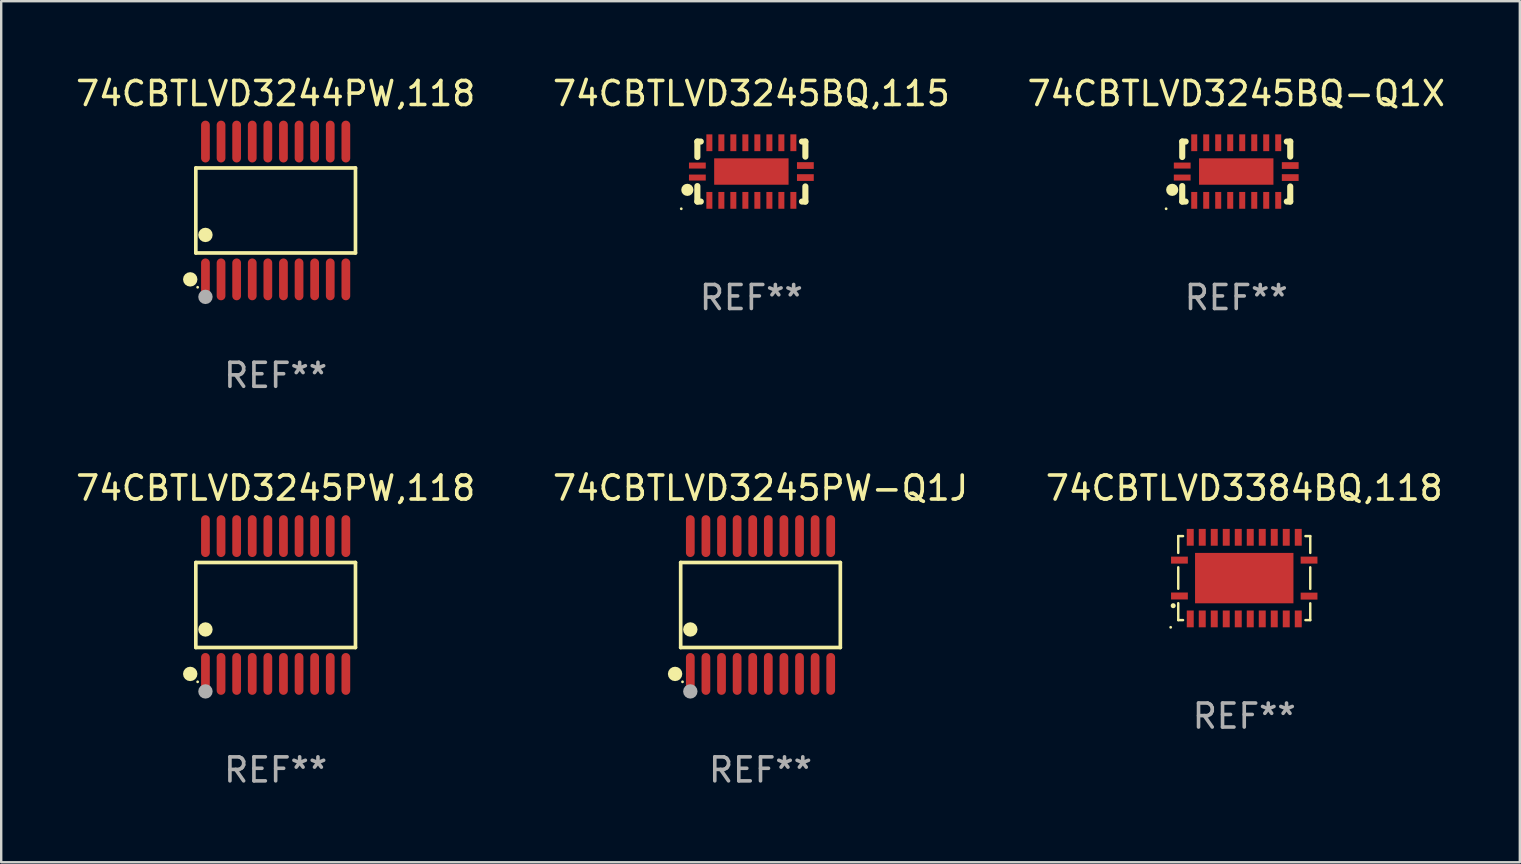
<source format=kicad_pcb>
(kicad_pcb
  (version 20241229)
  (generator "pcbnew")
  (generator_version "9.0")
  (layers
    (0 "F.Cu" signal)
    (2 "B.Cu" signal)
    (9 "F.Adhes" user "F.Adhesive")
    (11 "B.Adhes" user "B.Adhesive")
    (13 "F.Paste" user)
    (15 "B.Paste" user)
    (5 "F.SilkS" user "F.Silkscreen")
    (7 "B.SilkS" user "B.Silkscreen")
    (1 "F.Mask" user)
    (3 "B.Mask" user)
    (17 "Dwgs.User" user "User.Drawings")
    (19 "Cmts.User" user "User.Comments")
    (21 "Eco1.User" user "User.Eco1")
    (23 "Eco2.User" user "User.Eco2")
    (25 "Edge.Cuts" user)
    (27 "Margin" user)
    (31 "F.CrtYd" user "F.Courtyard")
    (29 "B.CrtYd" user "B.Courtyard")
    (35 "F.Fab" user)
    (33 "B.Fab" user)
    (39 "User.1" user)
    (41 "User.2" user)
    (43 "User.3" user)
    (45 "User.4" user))
  (footprint "74CBTLVD3384BQ,118"
    (layer "F.Cu")
    (at 48.792 21.037)
    (property "Reference" "74CBTLVD3384BQ,118" (at 0 -3.75 0) (layer "F.SilkS") (effects (font (size 1 1) (thickness 0.15))))
    (attr through_hole)
    (fp_line (start -2.75 -1.75) (end -2.75 -1.05) (stroke (width 0.102) (type solid)) (layer "F.SilkS"))
    (fp_line (start -2.75 -1.75) (end -2.55 -1.75) (stroke (width 0.102) (type solid)) (layer "F.SilkS"))
    (fp_line (start -2.75 -0.45) (end -2.75 0.445) (stroke (width 0.102) (type solid)) (layer "F.SilkS"))
    (fp_line (start -2.75 1.75) (end -2.75 1.045) (stroke (width 0.102) (type solid)) (layer "F.SilkS"))
    (fp_line (start -2.55 1.75) (end -2.75 1.75) (stroke (width 0.102) (type solid)) (layer "F.SilkS"))
    (fp_line (start 2.55 -1.75) (end 2.75 -1.75) (stroke (width 0.102) (type solid)) (layer "F.SilkS"))
    (fp_line (start 2.75 -1.75) (end 2.75 -1.05) (stroke (width 0.102) (type solid)) (layer "F.SilkS"))
    (fp_line (start 2.75 -0.45) (end 2.75 0.45) (stroke (width 0.102) (type solid)) (layer "F.SilkS"))
    (fp_line (start 2.75 1.05) (end 2.75 1.75) (stroke (width 0.102) (type solid)) (layer "F.SilkS"))
    (fp_line (start 2.75 1.75) (end 2.55 1.75) (stroke (width 0.102) (type solid)) (layer "F.SilkS"))
    (fp_circle (center -3.065 2.05) (end -3.035 2.05) (stroke (width 0.06) (type solid)) (fill no) (layer "F.SilkS"))
    (fp_circle (center -2.96 1.15) (end -2.906 1.15) (stroke (width 0.102) (type solid)) (fill no) (layer "F.SilkS"))
    (fp_text user "REF**" (at 0 5.75 0) (layer "F.Fab") (effects (font (size 1 1) (thickness 0.15))))
    (pad "1" smd rect (at -2.7 0.745 90) (size 0.29 0.7) (layers "F.Cu" "F.Mask" "F.Paste"))
    (pad "2" smd rect (at -2.25 1.7) (size 0.29 0.7) (layers "F.Cu" "F.Mask" "F.Paste"))
    (pad "3" smd rect (at -1.75 1.7) (size 0.29 0.7) (layers "F.Cu" "F.Mask" "F.Paste"))
    (pad "4" smd rect (at -1.25 1.7) (size 0.29 0.7) (layers "F.Cu" "F.Mask" "F.Paste"))
    (pad "5" smd rect (at -0.75 1.7) (size 0.29 0.7) (layers "F.Cu" "F.Mask" "F.Paste"))
    (pad "6" smd rect (at -0.25 1.7) (size 0.29 0.7) (layers "F.Cu" "F.Mask" "F.Paste"))
    (pad "7" smd rect (at 0.25 1.7) (size 0.29 0.7) (layers "F.Cu" "F.Mask" "F.Paste"))
    (pad "8" smd rect (at 0.75 1.7) (size 0.29 0.7) (layers "F.Cu" "F.Mask" "F.Paste"))
    (pad "9" smd rect (at 1.25 1.7) (size 0.29 0.7) (layers "F.Cu" "F.Mask" "F.Paste"))
    (pad "10" smd rect (at 1.75 1.7) (size 0.29 0.7) (layers "F.Cu" "F.Mask" "F.Paste"))
    (pad "11" smd rect (at 2.25 1.7) (size 0.29 0.7) (layers "F.Cu" "F.Mask" "F.Paste"))
    (pad "12" smd rect (at 2.7 0.75 90) (size 0.29 0.7) (layers "F.Cu" "F.Mask" "F.Paste"))
    (pad "13" smd rect (at 2.7 -0.75 90) (size 0.29 0.7) (layers "F.Cu" "F.Mask" "F.Paste"))
    (pad "14" smd rect (at 2.25 -1.7 180) (size 0.29 0.7) (layers "F.Cu" "F.Mask" "F.Paste"))
    (pad "15" smd rect (at 1.75 -1.7 180) (size 0.29 0.7) (layers "F.Cu" "F.Mask" "F.Paste"))
    (pad "16" smd rect (at 1.25 -1.7 180) (size 0.29 0.7) (layers "F.Cu" "F.Mask" "F.Paste"))
    (pad "17" smd rect (at 0.75 -1.7 180) (size 0.29 0.7) (layers "F.Cu" "F.Mask" "F.Paste"))
    (pad "18" smd rect (at 0.25 -1.7 180) (size 0.29 0.7) (layers "F.Cu" "F.Mask" "F.Paste"))
    (pad "19" smd rect (at -0.25 -1.7 180) (size 0.29 0.7) (layers "F.Cu" "F.Mask" "F.Paste"))
    (pad "20" smd rect (at -0.75 -1.7 180) (size 0.29 0.7) (layers "F.Cu" "F.Mask" "F.Paste"))
    (pad "21" smd rect (at -1.25 -1.7 180) (size 0.29 0.7) (layers "F.Cu" "F.Mask" "F.Paste"))
    (pad "22" smd rect (at -1.75 -1.7 180) (size 0.29 0.7) (layers "F.Cu" "F.Mask" "F.Paste"))
    (pad "23" smd rect (at -2.25 -1.7 180) (size 0.29 0.7) (layers "F.Cu" "F.Mask" "F.Paste"))
    (pad "24" smd rect (at -2.7 -0.75 270) (size 0.29 0.7) (layers "F.Cu" "F.Mask" "F.Paste"))
    (pad "25" smd rect (at 0 0) (size 4.1 2.1) (layers "F.Cu" "F.Mask" "F.Paste")))
  (footprint "74CBTLVD3245PW-Q1J"
    (layer "F.Cu")
    (at 28.637 22.158)
    (property "Reference" "74CBTLVD3245PW-Q1J" (at 0 -4.871 0) (layer "F.SilkS") (effects (font (size 1 1) (thickness 0.15))))
    (attr through_hole)
    (fp_line (start -3.326 -1.771) (end 3.326 -1.771) (stroke (width 0.152) (type solid)) (layer "F.SilkS"))
    (fp_line (start -3.326 1.771) (end -3.326 -1.771) (stroke (width 0.152) (type solid)) (layer "F.SilkS"))
    (fp_line (start 3.326 -1.771) (end 3.326 1.771) (stroke (width 0.152) (type solid)) (layer "F.SilkS"))
    (fp_line (start 3.326 1.771) (end -3.326 1.771) (stroke (width 0.152) (type solid)) (layer "F.SilkS"))
    (fp_circle (center -3.559 2.871) (end -3.409 2.871) (stroke (width 0.3) (type solid)) (fill no) (layer "F.SilkS"))
    (fp_circle (center -3.25 3.2) (end -3.22 3.2) (stroke (width 0.06) (type solid)) (fill no) (layer "F.SilkS"))
    (fp_circle (center -2.925 1.019) (end -2.775 1.019) (stroke (width 0.3) (type solid)) (fill no) (layer "F.SilkS"))
    (fp_circle (center -2.925 3.6) (end -2.775 3.6) (stroke (width 0.3) (type solid)) (fill no) (layer "F.Fab"))
    (fp_text user "REF**" (at 0 6.871 0) (layer "F.Fab") (effects (font (size 1 1) (thickness 0.15))))
    (pad "1" smd oval (at -2.925 2.871) (size 0.364 1.742) (layers "F.Cu" "F.Mask" "F.Paste"))
    (pad "2" smd oval (at -2.275 2.871) (size 0.364 1.742) (layers "F.Cu" "F.Mask" "F.Paste"))
    (pad "3" smd oval (at -1.625 2.871) (size 0.364 1.742) (layers "F.Cu" "F.Mask" "F.Paste"))
    (pad "4" smd oval (at -0.975 2.871) (size 0.364 1.742) (layers "F.Cu" "F.Mask" "F.Paste"))
    (pad "5" smd oval (at -0.325 2.871) (size 0.364 1.742) (layers "F.Cu" "F.Mask" "F.Paste"))
    (pad "6" smd oval (at 0.325 2.871) (size 0.364 1.742) (layers "F.Cu" "F.Mask" "F.Paste"))
    (pad "7" smd oval (at 0.975 2.871) (size 0.364 1.742) (layers "F.Cu" "F.Mask" "F.Paste"))
    (pad "8" smd oval (at 1.625 2.871) (size 0.364 1.742) (layers "F.Cu" "F.Mask" "F.Paste"))
    (pad "9" smd oval (at 2.275 2.871) (size 0.364 1.742) (layers "F.Cu" "F.Mask" "F.Paste"))
    (pad "10" smd oval (at 2.925 2.871) (size 0.364 1.742) (layers "F.Cu" "F.Mask" "F.Paste"))
    (pad "11" smd oval (at 2.925 -2.871) (size 0.364 1.742) (layers "F.Cu" "F.Mask" "F.Paste"))
    (pad "12" smd oval (at 2.275 -2.871) (size 0.364 1.742) (layers "F.Cu" "F.Mask" "F.Paste"))
    (pad "13" smd oval (at 1.625 -2.871) (size 0.364 1.742) (layers "F.Cu" "F.Mask" "F.Paste"))
    (pad "14" smd oval (at 0.975 -2.871) (size 0.364 1.742) (layers "F.Cu" "F.Mask" "F.Paste"))
    (pad "15" smd oval (at 0.325 -2.871) (size 0.364 1.742) (layers "F.Cu" "F.Mask" "F.Paste"))
    (pad "16" smd oval (at -0.325 -2.871) (size 0.364 1.742) (layers "F.Cu" "F.Mask" "F.Paste"))
    (pad "17" smd oval (at -0.975 -2.871) (size 0.364 1.742) (layers "F.Cu" "F.Mask" "F.Paste"))
    (pad "18" smd oval (at -1.625 -2.871) (size 0.364 1.742) (layers "F.Cu" "F.Mask" "F.Paste"))
    (pad "19" smd oval (at -2.275 -2.871) (size 0.364 1.742) (layers "F.Cu" "F.Mask" "F.Paste"))
    (pad "20" smd oval (at -2.925 -2.871) (size 0.364 1.742) (layers "F.Cu" "F.Mask" "F.Paste")))
  (footprint "74CBTLVD3245BQ-Q1X"
    (layer "F.Cu")
    (at 48.458 4.098)
    (property "Reference" "74CBTLVD3245BQ-Q1X" (at 0 -3.25 0) (layer "F.SilkS") (effects (font (size 1 1) (thickness 0.15))))
    (attr through_hole)
    (fp_line (start -2.25 0.605) (end -2.25 1.25) (stroke (width 0.254) (type solid)) (layer "F.SilkS"))
    (fp_line (start -2.25 1.25) (end -2.107 1.25) (stroke (width 0.254) (type solid)) (layer "F.SilkS"))
    (fp_line (start -2.25 -1.25) (end -2.25 -0.606) (stroke (width 0.254) (type solid)) (layer "F.SilkS"))
    (fp_line (start -2.25 -1.25) (end -2.107 -1.25) (stroke (width 0.254) (type solid)) (layer "F.SilkS"))
    (fp_line (start 2.107 -1.25) (end 2.25 -1.25) (stroke (width 0.254) (type solid)) (layer "F.SilkS"))
    (fp_line (start 2.107 1.25) (end 2.25 1.25) (stroke (width 0.254) (type solid)) (layer "F.SilkS"))
    (fp_line (start 2.25 -1.25) (end 2.25 -0.622) (stroke (width 0.254) (type solid)) (layer "F.SilkS"))
    (fp_line (start 2.25 0.62) (end 2.25 1.25) (stroke (width 0.254) (type solid)) (layer "F.SilkS"))
    (fp_circle (center -2.921 1.55) (end -2.891 1.55) (stroke (width 0.06) (type solid)) (fill no) (layer "F.SilkS"))
    (fp_circle (center -2.667 0.762) (end -2.54 0.762) (stroke (width 0.254) (type solid)) (fill no) (layer "F.SilkS"))
    (fp_text user "REF**" (at 0 5.25 0) (layer "F.Fab") (effects (font (size 1 1) (thickness 0.15))))
    (pad "1" smd rect (at -2.25 0.25 180) (size 0.7 0.25) (layers "F.Cu" "F.Mask" "F.Paste"))
    (pad "2" smd rect (at -1.75 1.2 90) (size 0.7 0.25) (layers "F.Cu" "F.Mask" "F.Paste"))
    (pad "3" smd rect (at -1.25 1.2 90) (size 0.7 0.25) (layers "F.Cu" "F.Mask" "F.Paste"))
    (pad "4" smd rect (at -0.751 1.2 90) (size 0.7 0.25) (layers "F.Cu" "F.Mask" "F.Paste"))
    (pad "5" smd rect (at -0.25 1.2 90) (size 0.7 0.25) (layers "F.Cu" "F.Mask" "F.Paste"))
    (pad "6" smd rect (at 0.25 1.2 90) (size 0.7 0.25) (layers "F.Cu" "F.Mask" "F.Paste"))
    (pad "7" smd rect (at 0.751 1.2 90) (size 0.7 0.25) (layers "F.Cu" "F.Mask" "F.Paste"))
    (pad "8" smd rect (at 1.25 1.2 90) (size 0.7 0.25) (layers "F.Cu" "F.Mask" "F.Paste"))
    (pad "9" smd rect (at 1.75 1.2 90) (size 0.7 0.25) (layers "F.Cu" "F.Mask" "F.Paste"))
    (pad "10" smd rect (at 2.25 0.25 180) (size 0.7 0.28) (layers "F.Cu" "F.Mask" "F.Paste"))
    (pad "11" smd rect (at 2.25 -0.251 180) (size 0.7 0.28) (layers "F.Cu" "F.Mask" "F.Paste"))
    (pad "12" smd rect (at 1.75 -1.2 90) (size 0.7 0.25) (layers "F.Cu" "F.Mask" "F.Paste"))
    (pad "13" smd rect (at 1.25 -1.2 90) (size 0.7 0.25) (layers "F.Cu" "F.Mask" "F.Paste"))
    (pad "14" smd rect (at 0.751 -1.2 90) (size 0.7 0.25) (layers "F.Cu" "F.Mask" "F.Paste"))
    (pad "15" smd rect (at 0.25 -1.2 90) (size 0.7 0.25) (layers "F.Cu" "F.Mask" "F.Paste"))
    (pad "16" smd rect (at -0.25 -1.2 90) (size 0.7 0.25) (layers "F.Cu" "F.Mask" "F.Paste"))
    (pad "17" smd rect (at -0.751 -1.2 90) (size 0.7 0.25) (layers "F.Cu" "F.Mask" "F.Paste"))
    (pad "18" smd rect (at -1.25 -1.2 90) (size 0.7 0.25) (layers "F.Cu" "F.Mask" "F.Paste"))
    (pad "19" smd rect (at -1.75 -1.2 90) (size 0.7 0.25) (layers "F.Cu" "F.Mask" "F.Paste"))
    (pad "20" smd rect (at -2.25 -0.25 180) (size 0.7 0.25) (layers "F.Cu" "F.Mask" "F.Paste"))
    (pad "21" smd rect (at 0 -0.001 180) (size 3.1 1.1) (layers "F.Cu" "F.Mask" "F.Paste")))
  (footprint "74CBTLVD3245BQ,115"
    (layer "F.Cu")
    (at 28.256 4.098)
    (property "Reference" "74CBTLVD3245BQ,115" (at 0 -3.25 0) (layer "F.SilkS") (effects (font (size 1 1) (thickness 0.15))))
    (attr through_hole)
    (fp_line (start -2.25 0.605) (end -2.25 1.25) (stroke (width 0.254) (type solid)) (layer "F.SilkS"))
    (fp_line (start -2.25 1.25) (end -2.107 1.25) (stroke (width 0.254) (type solid)) (layer "F.SilkS"))
    (fp_line (start -2.25 -1.25) (end -2.25 -0.606) (stroke (width 0.254) (type solid)) (layer "F.SilkS"))
    (fp_line (start -2.25 -1.25) (end -2.107 -1.25) (stroke (width 0.254) (type solid)) (layer "F.SilkS"))
    (fp_line (start 2.107 -1.25) (end 2.25 -1.25) (stroke (width 0.254) (type solid)) (layer "F.SilkS"))
    (fp_line (start 2.107 1.25) (end 2.25 1.25) (stroke (width 0.254) (type solid)) (layer "F.SilkS"))
    (fp_line (start 2.25 -1.25) (end 2.25 -0.622) (stroke (width 0.254) (type solid)) (layer "F.SilkS"))
    (fp_line (start 2.25 0.62) (end 2.25 1.25) (stroke (width 0.254) (type solid)) (layer "F.SilkS"))
    (fp_circle (center -2.921 1.55) (end -2.891 1.55) (stroke (width 0.06) (type solid)) (fill no) (layer "F.SilkS"))
    (fp_circle (center -2.667 0.762) (end -2.54 0.762) (stroke (width 0.254) (type solid)) (fill no) (layer "F.SilkS"))
    (fp_text user "REF**" (at 0 5.25 0) (layer "F.Fab") (effects (font (size 1 1) (thickness 0.15))))
    (pad "1" smd rect (at -2.25 0.25 180) (size 0.7 0.25) (layers "F.Cu" "F.Mask" "F.Paste"))
    (pad "2" smd rect (at -1.75 1.2 90) (size 0.7 0.25) (layers "F.Cu" "F.Mask" "F.Paste"))
    (pad "3" smd rect (at -1.25 1.2 90) (size 0.7 0.25) (layers "F.Cu" "F.Mask" "F.Paste"))
    (pad "4" smd rect (at -0.751 1.2 90) (size 0.7 0.25) (layers "F.Cu" "F.Mask" "F.Paste"))
    (pad "5" smd rect (at -0.25 1.2 90) (size 0.7 0.25) (layers "F.Cu" "F.Mask" "F.Paste"))
    (pad "6" smd rect (at 0.25 1.2 90) (size 0.7 0.25) (layers "F.Cu" "F.Mask" "F.Paste"))
    (pad "7" smd rect (at 0.751 1.2 90) (size 0.7 0.25) (layers "F.Cu" "F.Mask" "F.Paste"))
    (pad "8" smd rect (at 1.25 1.2 90) (size 0.7 0.25) (layers "F.Cu" "F.Mask" "F.Paste"))
    (pad "9" smd rect (at 1.75 1.2 90) (size 0.7 0.25) (layers "F.Cu" "F.Mask" "F.Paste"))
    (pad "10" smd rect (at 2.25 0.25 180) (size 0.7 0.28) (layers "F.Cu" "F.Mask" "F.Paste"))
    (pad "11" smd rect (at 2.25 -0.251 180) (size 0.7 0.28) (layers "F.Cu" "F.Mask" "F.Paste"))
    (pad "12" smd rect (at 1.75 -1.2 90) (size 0.7 0.25) (layers "F.Cu" "F.Mask" "F.Paste"))
    (pad "13" smd rect (at 1.25 -1.2 90) (size 0.7 0.25) (layers "F.Cu" "F.Mask" "F.Paste"))
    (pad "14" smd rect (at 0.751 -1.2 90) (size 0.7 0.25) (layers "F.Cu" "F.Mask" "F.Paste"))
    (pad "15" smd rect (at 0.25 -1.2 90) (size 0.7 0.25) (layers "F.Cu" "F.Mask" "F.Paste"))
    (pad "16" smd rect (at -0.25 -1.2 90) (size 0.7 0.25) (layers "F.Cu" "F.Mask" "F.Paste"))
    (pad "17" smd rect (at -0.751 -1.2 90) (size 0.7 0.25) (layers "F.Cu" "F.Mask" "F.Paste"))
    (pad "18" smd rect (at -1.25 -1.2 90) (size 0.7 0.25) (layers "F.Cu" "F.Mask" "F.Paste"))
    (pad "19" smd rect (at -1.75 -1.2 90) (size 0.7 0.25) (layers "F.Cu" "F.Mask" "F.Paste"))
    (pad "20" smd rect (at -2.25 -0.25 180) (size 0.7 0.25) (layers "F.Cu" "F.Mask" "F.Paste"))
    (pad "21" smd rect (at 0 -0.001 180) (size 3.1 1.1) (layers "F.Cu" "F.Mask" "F.Paste")))
  (footprint "74CBTLVD3245PW,118"
    (layer "F.Cu")
    (at 8.435 22.158)
    (property "Reference" "74CBTLVD3245PW,118" (at 0 -4.871 0) (layer "F.SilkS") (effects (font (size 1 1) (thickness 0.15))))
    (attr through_hole)
    (fp_line (start -3.326 -1.771) (end 3.326 -1.771) (stroke (width 0.152) (type solid)) (layer "F.SilkS"))
    (fp_line (start -3.326 1.771) (end -3.326 -1.771) (stroke (width 0.152) (type solid)) (layer "F.SilkS"))
    (fp_line (start 3.326 -1.771) (end 3.326 1.771) (stroke (width 0.152) (type solid)) (layer "F.SilkS"))
    (fp_line (start 3.326 1.771) (end -3.326 1.771) (stroke (width 0.152) (type solid)) (layer "F.SilkS"))
    (fp_circle (center -3.559 2.871) (end -3.409 2.871) (stroke (width 0.3) (type solid)) (fill no) (layer "F.SilkS"))
    (fp_circle (center -3.25 3.2) (end -3.22 3.2) (stroke (width 0.06) (type solid)) (fill no) (layer "F.SilkS"))
    (fp_circle (center -2.925 1.019) (end -2.775 1.019) (stroke (width 0.3) (type solid)) (fill no) (layer "F.SilkS"))
    (fp_circle (center -2.925 3.6) (end -2.775 3.6) (stroke (width 0.3) (type solid)) (fill no) (layer "F.Fab"))
    (fp_text user "REF**" (at 0 6.871 0) (layer "F.Fab") (effects (font (size 1 1) (thickness 0.15))))
    (pad "1" smd oval (at -2.925 2.871) (size 0.364 1.742) (layers "F.Cu" "F.Mask" "F.Paste"))
    (pad "2" smd oval (at -2.275 2.871) (size 0.364 1.742) (layers "F.Cu" "F.Mask" "F.Paste"))
    (pad "3" smd oval (at -1.625 2.871) (size 0.364 1.742) (layers "F.Cu" "F.Mask" "F.Paste"))
    (pad "4" smd oval (at -0.975 2.871) (size 0.364 1.742) (layers "F.Cu" "F.Mask" "F.Paste"))
    (pad "5" smd oval (at -0.325 2.871) (size 0.364 1.742) (layers "F.Cu" "F.Mask" "F.Paste"))
    (pad "6" smd oval (at 0.325 2.871) (size 0.364 1.742) (layers "F.Cu" "F.Mask" "F.Paste"))
    (pad "7" smd oval (at 0.975 2.871) (size 0.364 1.742) (layers "F.Cu" "F.Mask" "F.Paste"))
    (pad "8" smd oval (at 1.625 2.871) (size 0.364 1.742) (layers "F.Cu" "F.Mask" "F.Paste"))
    (pad "9" smd oval (at 2.275 2.871) (size 0.364 1.742) (layers "F.Cu" "F.Mask" "F.Paste"))
    (pad "10" smd oval (at 2.925 2.871) (size 0.364 1.742) (layers "F.Cu" "F.Mask" "F.Paste"))
    (pad "11" smd oval (at 2.925 -2.871) (size 0.364 1.742) (layers "F.Cu" "F.Mask" "F.Paste"))
    (pad "12" smd oval (at 2.275 -2.871) (size 0.364 1.742) (layers "F.Cu" "F.Mask" "F.Paste"))
    (pad "13" smd oval (at 1.625 -2.871) (size 0.364 1.742) (layers "F.Cu" "F.Mask" "F.Paste"))
    (pad "14" smd oval (at 0.975 -2.871) (size 0.364 1.742) (layers "F.Cu" "F.Mask" "F.Paste"))
    (pad "15" smd oval (at 0.325 -2.871) (size 0.364 1.742) (layers "F.Cu" "F.Mask" "F.Paste"))
    (pad "16" smd oval (at -0.325 -2.871) (size 0.364 1.742) (layers "F.Cu" "F.Mask" "F.Paste"))
    (pad "17" smd oval (at -0.975 -2.871) (size 0.364 1.742) (layers "F.Cu" "F.Mask" "F.Paste"))
    (pad "18" smd oval (at -1.625 -2.871) (size 0.364 1.742) (layers "F.Cu" "F.Mask" "F.Paste"))
    (pad "19" smd oval (at -2.275 -2.871) (size 0.364 1.742) (layers "F.Cu" "F.Mask" "F.Paste"))
    (pad "20" smd oval (at -2.925 -2.871) (size 0.364 1.742) (layers "F.Cu" "F.Mask" "F.Paste")))
  (footprint "74CBTLVD3244PW,118"
    (layer "F.Cu")
    (at 8.435 5.719)
    (property "Reference" "74CBTLVD3244PW,118" (at 0 -4.871 0) (layer "F.SilkS") (effects (font (size 1 1) (thickness 0.15))))
    (attr through_hole)
    (fp_line (start -3.326 -1.771) (end 3.326 -1.771) (stroke (width 0.152) (type solid)) (layer "F.SilkS"))
    (fp_line (start -3.326 1.771) (end -3.326 -1.771) (stroke (width 0.152) (type solid)) (layer "F.SilkS"))
    (fp_line (start 3.326 -1.771) (end 3.326 1.771) (stroke (width 0.152) (type solid)) (layer "F.SilkS"))
    (fp_line (start 3.326 1.771) (end -3.326 1.771) (stroke (width 0.152) (type solid)) (layer "F.SilkS"))
    (fp_circle (center -3.559 2.871) (end -3.409 2.871) (stroke (width 0.3) (type solid)) (fill no) (layer "F.SilkS"))
    (fp_circle (center -3.25 3.2) (end -3.22 3.2) (stroke (width 0.06) (type solid)) (fill no) (layer "F.SilkS"))
    (fp_circle (center -2.925 1.019) (end -2.775 1.019) (stroke (width 0.3) (type solid)) (fill no) (layer "F.SilkS"))
    (fp_circle (center -2.925 3.6) (end -2.775 3.6) (stroke (width 0.3) (type solid)) (fill no) (layer "F.Fab"))
    (fp_text user "REF**" (at 0 6.871 0) (layer "F.Fab") (effects (font (size 1 1) (thickness 0.15))))
    (pad "1" smd oval (at -2.925 2.871) (size 0.364 1.742) (layers "F.Cu" "F.Mask" "F.Paste"))
    (pad "2" smd oval (at -2.275 2.871) (size 0.364 1.742) (layers "F.Cu" "F.Mask" "F.Paste"))
    (pad "3" smd oval (at -1.625 2.871) (size 0.364 1.742) (layers "F.Cu" "F.Mask" "F.Paste"))
    (pad "4" smd oval (at -0.975 2.871) (size 0.364 1.742) (layers "F.Cu" "F.Mask" "F.Paste"))
    (pad "5" smd oval (at -0.325 2.871) (size 0.364 1.742) (layers "F.Cu" "F.Mask" "F.Paste"))
    (pad "6" smd oval (at 0.325 2.871) (size 0.364 1.742) (layers "F.Cu" "F.Mask" "F.Paste"))
    (pad "7" smd oval (at 0.975 2.871) (size 0.364 1.742) (layers "F.Cu" "F.Mask" "F.Paste"))
    (pad "8" smd oval (at 1.625 2.871) (size 0.364 1.742) (layers "F.Cu" "F.Mask" "F.Paste"))
    (pad "9" smd oval (at 2.275 2.871) (size 0.364 1.742) (layers "F.Cu" "F.Mask" "F.Paste"))
    (pad "10" smd oval (at 2.925 2.871) (size 0.364 1.742) (layers "F.Cu" "F.Mask" "F.Paste"))
    (pad "11" smd oval (at 2.925 -2.871) (size 0.364 1.742) (layers "F.Cu" "F.Mask" "F.Paste"))
    (pad "12" smd oval (at 2.275 -2.871) (size 0.364 1.742) (layers "F.Cu" "F.Mask" "F.Paste"))
    (pad "13" smd oval (at 1.625 -2.871) (size 0.364 1.742) (layers "F.Cu" "F.Mask" "F.Paste"))
    (pad "14" smd oval (at 0.975 -2.871) (size 0.364 1.742) (layers "F.Cu" "F.Mask" "F.Paste"))
    (pad "15" smd oval (at 0.325 -2.871) (size 0.364 1.742) (layers "F.Cu" "F.Mask" "F.Paste"))
    (pad "16" smd oval (at -0.325 -2.871) (size 0.364 1.742) (layers "F.Cu" "F.Mask" "F.Paste"))
    (pad "17" smd oval (at -0.975 -2.871) (size 0.364 1.742) (layers "F.Cu" "F.Mask" "F.Paste"))
    (pad "18" smd oval (at -1.625 -2.871) (size 0.364 1.742) (layers "F.Cu" "F.Mask" "F.Paste"))
    (pad "19" smd oval (at -2.275 -2.871) (size 0.364 1.742) (layers "F.Cu" "F.Mask" "F.Paste"))
    (pad "20" smd oval (at -2.925 -2.871) (size 0.364 1.742) (layers "F.Cu" "F.Mask" "F.Paste")))
  (gr_rect
    (start -3 -3)
    (end 60.274 32.877)
    (stroke (width 0.1) (type default))
    (fill no)
    (layer "Edge.Cuts")))
</source>
